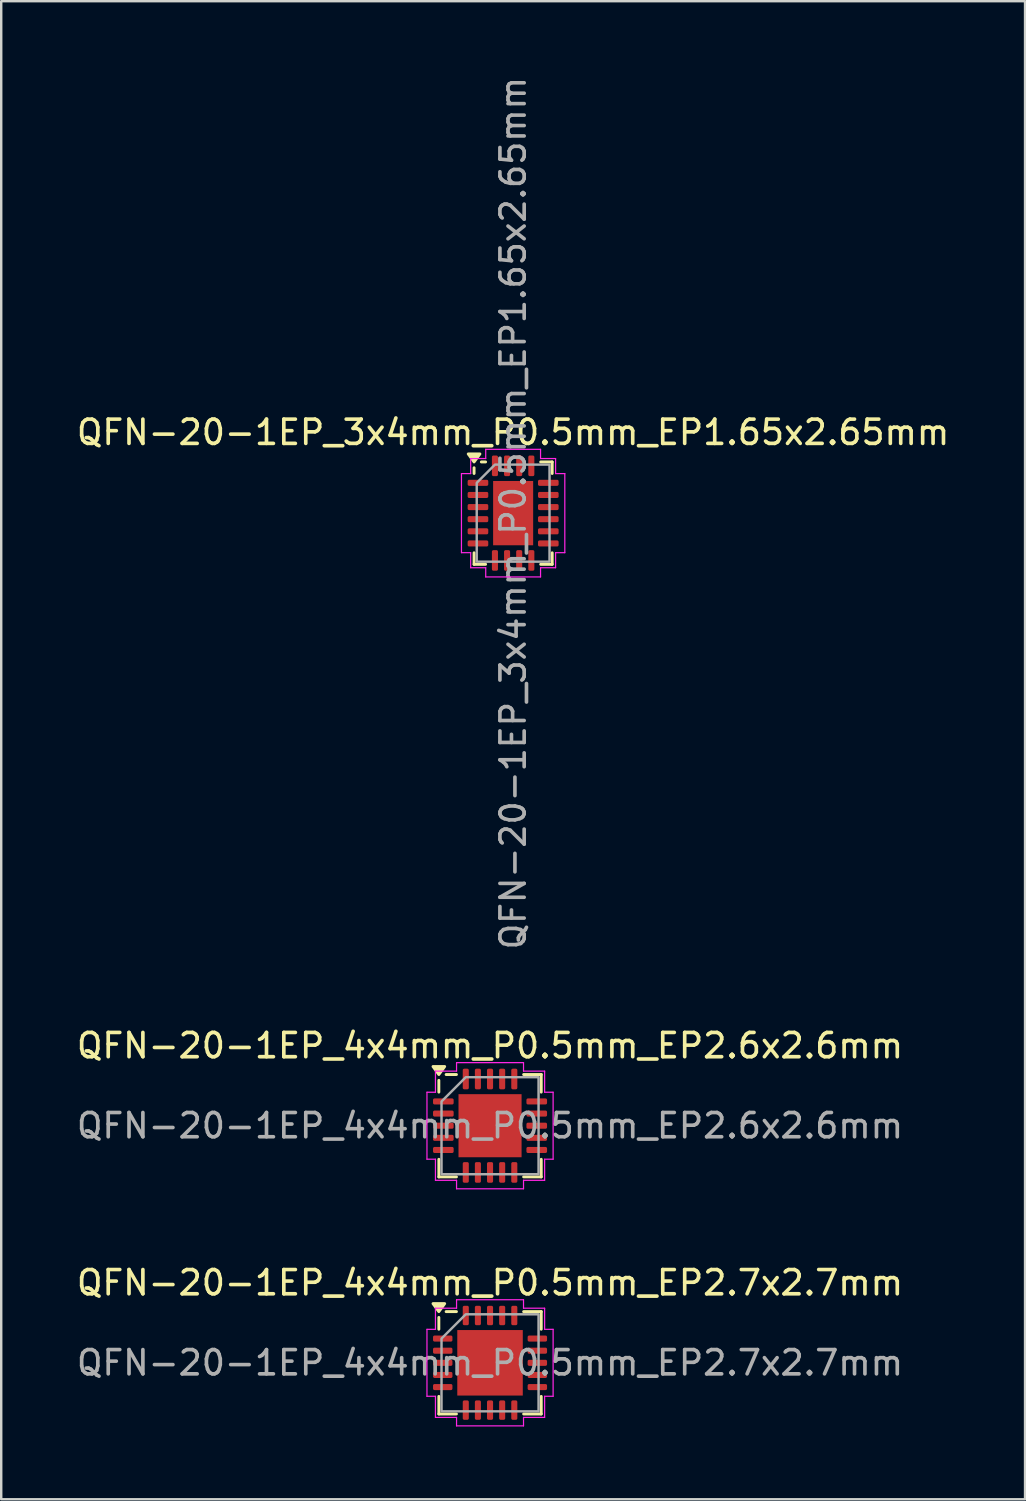
<source format=kicad_pcb>
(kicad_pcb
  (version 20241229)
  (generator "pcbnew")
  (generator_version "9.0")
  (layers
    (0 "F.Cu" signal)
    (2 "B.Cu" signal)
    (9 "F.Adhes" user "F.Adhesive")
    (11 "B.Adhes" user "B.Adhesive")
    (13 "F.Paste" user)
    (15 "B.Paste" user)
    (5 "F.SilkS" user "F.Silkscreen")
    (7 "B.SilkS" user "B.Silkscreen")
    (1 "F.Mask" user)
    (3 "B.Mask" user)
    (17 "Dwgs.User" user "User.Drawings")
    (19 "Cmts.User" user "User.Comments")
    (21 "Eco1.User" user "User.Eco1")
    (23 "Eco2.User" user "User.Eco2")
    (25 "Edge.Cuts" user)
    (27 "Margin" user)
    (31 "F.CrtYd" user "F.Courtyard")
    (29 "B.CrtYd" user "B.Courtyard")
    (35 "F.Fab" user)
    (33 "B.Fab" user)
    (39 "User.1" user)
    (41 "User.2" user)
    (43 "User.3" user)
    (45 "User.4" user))
  (footprint "QFN-20-1EP_4x4mm_P0.5mm_EP2.7x2.7mm"
    (layer "F.Cu")
    (at 17.149 53.124)
    (property "Reference" "QFN-20-1EP_4x4mm_P0.5mm_EP2.7x2.7mm" (at 0 -3.3 0) (layer "F.SilkS") (effects (font (size 1 1) (thickness 0.15))))
    (attr smd)
    (fp_line (start -2.11 -1.385) (end -2.11 -1.87) (stroke (width 0.12) (type solid)) (layer "F.SilkS"))
    (fp_line (start -2.11 2.11) (end -2.11 1.385) (stroke (width 0.12) (type solid)) (layer "F.SilkS"))
    (fp_line (start -1.385 -2.11) (end -1.81 -2.11) (stroke (width 0.12) (type solid)) (layer "F.SilkS"))
    (fp_line (start -1.385 2.11) (end -2.11 2.11) (stroke (width 0.12) (type solid)) (layer "F.SilkS"))
    (fp_line (start 1.385 -2.11) (end 2.11 -2.11) (stroke (width 0.12) (type solid)) (layer "F.SilkS"))
    (fp_line (start 1.385 2.11) (end 2.11 2.11) (stroke (width 0.12) (type solid)) (layer "F.SilkS"))
    (fp_line (start 2.11 -2.11) (end 2.11 -1.385) (stroke (width 0.12) (type solid)) (layer "F.SilkS"))
    (fp_line (start 2.11 2.11) (end 2.11 1.385) (stroke (width 0.12) (type solid)) (layer "F.SilkS"))
    (fp_poly (pts (xy -2.11 -2.11) (xy -2.35 -2.44) (xy -1.87 -2.44)) (stroke (width 0.12) (type solid)) (fill yes) (layer "F.SilkS"))
    (fp_line (start -2.6 -1.38) (end -2.25 -1.38) (stroke (width 0.05) (type solid)) (layer "F.CrtYd"))
    (fp_line (start -2.6 1.38) (end -2.6 -1.38) (stroke (width 0.05) (type solid)) (layer "F.CrtYd"))
    (fp_line (start -2.25 -2.25) (end -1.38 -2.25) (stroke (width 0.05) (type solid)) (layer "F.CrtYd"))
    (fp_line (start -2.25 -1.38) (end -2.25 -2.25) (stroke (width 0.05) (type solid)) (layer "F.CrtYd"))
    (fp_line (start -2.25 1.38) (end -2.6 1.38) (stroke (width 0.05) (type solid)) (layer "F.CrtYd"))
    (fp_line (start -2.25 2.25) (end -2.25 1.38) (stroke (width 0.05) (type solid)) (layer "F.CrtYd"))
    (fp_line (start -1.38 -2.6) (end 1.38 -2.6) (stroke (width 0.05) (type solid)) (layer "F.CrtYd"))
    (fp_line (start -1.38 -2.25) (end -1.38 -2.6) (stroke (width 0.05) (type solid)) (layer "F.CrtYd"))
    (fp_line (start -1.38 2.25) (end -2.25 2.25) (stroke (width 0.05) (type solid)) (layer "F.CrtYd"))
    (fp_line (start -1.38 2.6) (end -1.38 2.25) (stroke (width 0.05) (type solid)) (layer "F.CrtYd"))
    (fp_line (start 1.38 -2.6) (end 1.38 -2.25) (stroke (width 0.05) (type solid)) (layer "F.CrtYd"))
    (fp_line (start 1.38 -2.25) (end 2.25 -2.25) (stroke (width 0.05) (type solid)) (layer "F.CrtYd"))
    (fp_line (start 1.38 2.25) (end 1.38 2.6) (stroke (width 0.05) (type solid)) (layer "F.CrtYd"))
    (fp_line (start 1.38 2.6) (end -1.38 2.6) (stroke (width 0.05) (type solid)) (layer "F.CrtYd"))
    (fp_line (start 2.25 -2.25) (end 2.25 -1.38) (stroke (width 0.05) (type solid)) (layer "F.CrtYd"))
    (fp_line (start 2.25 -1.38) (end 2.6 -1.38) (stroke (width 0.05) (type solid)) (layer "F.CrtYd"))
    (fp_line (start 2.25 1.38) (end 2.25 2.25) (stroke (width 0.05) (type solid)) (layer "F.CrtYd"))
    (fp_line (start 2.25 2.25) (end 1.38 2.25) (stroke (width 0.05) (type solid)) (layer "F.CrtYd"))
    (fp_line (start 2.6 -1.38) (end 2.6 1.38) (stroke (width 0.05) (type solid)) (layer "F.CrtYd"))
    (fp_line (start 2.6 1.38) (end 2.25 1.38) (stroke (width 0.05) (type solid)) (layer "F.CrtYd"))
    (fp_poly (pts (xy -2 -1) (xy -2 2) (xy 2 2) (xy 2 -2) (xy -1 -2)) (stroke (width 0.1) (type solid)) (fill no) (layer "F.Fab"))
    (fp_text user "${REFERENCE}" (at 0 0 0) (layer "F.Fab") (effects (font (size 1 1) (thickness 0.15))))
    (pad "" smd roundrect (at -0.675 -0.675) (size 1.09 1.09) (layers "F.Paste") (roundrect_rratio 0.229))
    (pad "" smd roundrect (at -0.675 0.675) (size 1.09 1.09) (layers "F.Paste") (roundrect_rratio 0.229))
    (pad "" smd roundrect (at 0.675 -0.675) (size 1.09 1.09) (layers "F.Paste") (roundrect_rratio 0.229))
    (pad "" smd roundrect (at 0.675 0.675) (size 1.09 1.09) (layers "F.Paste") (roundrect_rratio 0.229))
    (pad "1" smd roundrect (at -1.95 -1) (size 0.8 0.25) (layers "F.Cu" "F.Mask" "F.Paste") (roundrect_rratio 0.25))
    (pad "2" smd roundrect (at -1.95 -0.5) (size 0.8 0.25) (layers "F.Cu" "F.Mask" "F.Paste") (roundrect_rratio 0.25))
    (pad "3" smd roundrect (at -1.95 0) (size 0.8 0.25) (layers "F.Cu" "F.Mask" "F.Paste") (roundrect_rratio 0.25))
    (pad "4" smd roundrect (at -1.95 0.5) (size 0.8 0.25) (layers "F.Cu" "F.Mask" "F.Paste") (roundrect_rratio 0.25))
    (pad "5" smd roundrect (at -1.95 1) (size 0.8 0.25) (layers "F.Cu" "F.Mask" "F.Paste") (roundrect_rratio 0.25))
    (pad "6" smd roundrect (at -1 1.95) (size 0.25 0.8) (layers "F.Cu" "F.Mask" "F.Paste") (roundrect_rratio 0.25))
    (pad "7" smd roundrect (at -0.5 1.95) (size 0.25 0.8) (layers "F.Cu" "F.Mask" "F.Paste") (roundrect_rratio 0.25))
    (pad "8" smd roundrect (at 0 1.95) (size 0.25 0.8) (layers "F.Cu" "F.Mask" "F.Paste") (roundrect_rratio 0.25))
    (pad "9" smd roundrect (at 0.5 1.95) (size 0.25 0.8) (layers "F.Cu" "F.Mask" "F.Paste") (roundrect_rratio 0.25))
    (pad "10" smd roundrect (at 1 1.95) (size 0.25 0.8) (layers "F.Cu" "F.Mask" "F.Paste") (roundrect_rratio 0.25))
    (pad "11" smd roundrect (at 1.95 1) (size 0.8 0.25) (layers "F.Cu" "F.Mask" "F.Paste") (roundrect_rratio 0.25))
    (pad "12" smd roundrect (at 1.95 0.5) (size 0.8 0.25) (layers "F.Cu" "F.Mask" "F.Paste") (roundrect_rratio 0.25))
    (pad "13" smd roundrect (at 1.95 0) (size 0.8 0.25) (layers "F.Cu" "F.Mask" "F.Paste") (roundrect_rratio 0.25))
    (pad "14" smd roundrect (at 1.95 -0.5) (size 0.8 0.25) (layers "F.Cu" "F.Mask" "F.Paste") (roundrect_rratio 0.25))
    (pad "15" smd roundrect (at 1.95 -1) (size 0.8 0.25) (layers "F.Cu" "F.Mask" "F.Paste") (roundrect_rratio 0.25))
    (pad "16" smd roundrect (at 1 -1.95) (size 0.25 0.8) (layers "F.Cu" "F.Mask" "F.Paste") (roundrect_rratio 0.25))
    (pad "17" smd roundrect (at 0.5 -1.95) (size 0.25 0.8) (layers "F.Cu" "F.Mask" "F.Paste") (roundrect_rratio 0.25))
    (pad "18" smd roundrect (at 0 -1.95) (size 0.25 0.8) (layers "F.Cu" "F.Mask" "F.Paste") (roundrect_rratio 0.25))
    (pad "19" smd roundrect (at -0.5 -1.95) (size 0.25 0.8) (layers "F.Cu" "F.Mask" "F.Paste") (roundrect_rratio 0.25))
    (pad "20" smd roundrect (at -1 -1.95) (size 0.25 0.8) (layers "F.Cu" "F.Mask" "F.Paste") (roundrect_rratio 0.25))
    (pad "21" smd rect (at 0 0) (size 2.7 2.7) (property pad_prop_heatsink) (layers "F.Cu" "F.Mask")))
  (footprint "QFN-20-1EP_3x4mm_P0.5mm_EP1.65x2.65mm"
    (layer "F.Cu")
    (at 18.101 18.101)
    (property "Reference" "QFN-20-1EP_3x4mm_P0.5mm_EP1.65x2.65mm" (at 0 -3.33 0) (layer "F.SilkS") (effects (font (size 1 1) (thickness 0.15))))
    (attr smd)
    (fp_line (start -1.61 -1.635) (end -1.61 -1.87) (stroke (width 0.12) (type solid)) (layer "F.SilkS"))
    (fp_line (start -1.61 2.11) (end -1.61 1.635) (stroke (width 0.12) (type solid)) (layer "F.SilkS"))
    (fp_line (start -1.135 -2.11) (end -1.31 -2.11) (stroke (width 0.12) (type solid)) (layer "F.SilkS"))
    (fp_line (start -1.135 2.11) (end -1.61 2.11) (stroke (width 0.12) (type solid)) (layer "F.SilkS"))
    (fp_line (start 1.135 -2.11) (end 1.61 -2.11) (stroke (width 0.12) (type solid)) (layer "F.SilkS"))
    (fp_line (start 1.135 2.11) (end 1.61 2.11) (stroke (width 0.12) (type solid)) (layer "F.SilkS"))
    (fp_line (start 1.61 -2.11) (end 1.61 -1.635) (stroke (width 0.12) (type solid)) (layer "F.SilkS"))
    (fp_line (start 1.61 2.11) (end 1.61 1.635) (stroke (width 0.12) (type solid)) (layer "F.SilkS"))
    (fp_poly (pts (xy -1.61 -2.11) (xy -1.85 -2.44) (xy -1.37 -2.44)) (stroke (width 0.12) (type solid)) (fill yes) (layer "F.SilkS"))
    (fp_line (start -2.13 -1.63) (end -1.75 -1.63) (stroke (width 0.05) (type solid)) (layer "F.CrtYd"))
    (fp_line (start -2.13 1.63) (end -2.13 -1.63) (stroke (width 0.05) (type solid)) (layer "F.CrtYd"))
    (fp_line (start -1.75 -2.25) (end -1.13 -2.25) (stroke (width 0.05) (type solid)) (layer "F.CrtYd"))
    (fp_line (start -1.75 -1.63) (end -1.75 -2.25) (stroke (width 0.05) (type solid)) (layer "F.CrtYd"))
    (fp_line (start -1.75 1.63) (end -2.13 1.63) (stroke (width 0.05) (type solid)) (layer "F.CrtYd"))
    (fp_line (start -1.75 2.25) (end -1.75 1.63) (stroke (width 0.05) (type solid)) (layer "F.CrtYd"))
    (fp_line (start -1.13 -2.63) (end 1.13 -2.63) (stroke (width 0.05) (type solid)) (layer "F.CrtYd"))
    (fp_line (start -1.13 -2.25) (end -1.13 -2.63) (stroke (width 0.05) (type solid)) (layer "F.CrtYd"))
    (fp_line (start -1.13 2.25) (end -1.75 2.25) (stroke (width 0.05) (type solid)) (layer "F.CrtYd"))
    (fp_line (start -1.13 2.63) (end -1.13 2.25) (stroke (width 0.05) (type solid)) (layer "F.CrtYd"))
    (fp_line (start 1.13 -2.63) (end 1.13 -2.25) (stroke (width 0.05) (type solid)) (layer "F.CrtYd"))
    (fp_line (start 1.13 -2.25) (end 1.75 -2.25) (stroke (width 0.05) (type solid)) (layer "F.CrtYd"))
    (fp_line (start 1.13 2.25) (end 1.13 2.63) (stroke (width 0.05) (type solid)) (layer "F.CrtYd"))
    (fp_line (start 1.13 2.63) (end -1.13 2.63) (stroke (width 0.05) (type solid)) (layer "F.CrtYd"))
    (fp_line (start 1.75 -2.25) (end 1.75 -1.63) (stroke (width 0.05) (type solid)) (layer "F.CrtYd"))
    (fp_line (start 1.75 -1.63) (end 2.13 -1.63) (stroke (width 0.05) (type solid)) (layer "F.CrtYd"))
    (fp_line (start 1.75 1.63) (end 1.75 2.25) (stroke (width 0.05) (type solid)) (layer "F.CrtYd"))
    (fp_line (start 1.75 2.25) (end 1.13 2.25) (stroke (width 0.05) (type solid)) (layer "F.CrtYd"))
    (fp_line (start 2.13 -1.63) (end 2.13 1.63) (stroke (width 0.05) (type solid)) (layer "F.CrtYd"))
    (fp_line (start 2.13 1.63) (end 1.75 1.63) (stroke (width 0.05) (type solid)) (layer "F.CrtYd"))
    (fp_poly (pts (xy -1.5 -1.25) (xy -1.5 2) (xy 1.5 2) (xy 1.5 -2) (xy -0.75 -2)) (stroke (width 0.1) (type solid)) (fill no) (layer "F.Fab"))
    (fp_text user "${REFERENCE}" (at 0 0 90) (layer "F.Fab") (effects (font (size 1 1) (thickness 0.15))))
    (pad "" smd roundrect (at -0.41 -0.66) (size 0.67 1.07) (layers "F.Paste") (roundrect_rratio 0.25))
    (pad "" smd roundrect (at -0.41 0.66) (size 0.67 1.07) (layers "F.Paste") (roundrect_rratio 0.25))
    (pad "" smd roundrect (at 0.41 -0.66) (size 0.67 1.07) (layers "F.Paste") (roundrect_rratio 0.25))
    (pad "" smd roundrect (at 0.41 0.66) (size 0.67 1.07) (layers "F.Paste") (roundrect_rratio 0.25))
    (pad "1" smd roundrect (at -1.45 -1.25) (size 0.85 0.25) (layers "F.Cu" "F.Mask" "F.Paste") (roundrect_rratio 0.25))
    (pad "2" smd roundrect (at -1.45 -0.75) (size 0.85 0.25) (layers "F.Cu" "F.Mask" "F.Paste") (roundrect_rratio 0.25))
    (pad "3" smd roundrect (at -1.45 -0.25) (size 0.85 0.25) (layers "F.Cu" "F.Mask" "F.Paste") (roundrect_rratio 0.25))
    (pad "4" smd roundrect (at -1.45 0.25) (size 0.85 0.25) (layers "F.Cu" "F.Mask" "F.Paste") (roundrect_rratio 0.25))
    (pad "5" smd roundrect (at -1.45 0.75) (size 0.85 0.25) (layers "F.Cu" "F.Mask" "F.Paste") (roundrect_rratio 0.25))
    (pad "6" smd roundrect (at -1.45 1.25) (size 0.85 0.25) (layers "F.Cu" "F.Mask" "F.Paste") (roundrect_rratio 0.25))
    (pad "7" smd roundrect (at -0.75 1.95) (size 0.25 0.85) (layers "F.Cu" "F.Mask" "F.Paste") (roundrect_rratio 0.25))
    (pad "8" smd roundrect (at -0.25 1.95) (size 0.25 0.85) (layers "F.Cu" "F.Mask" "F.Paste") (roundrect_rratio 0.25))
    (pad "9" smd roundrect (at 0.25 1.95) (size 0.25 0.85) (layers "F.Cu" "F.Mask" "F.Paste") (roundrect_rratio 0.25))
    (pad "10" smd roundrect (at 0.75 1.95) (size 0.25 0.85) (layers "F.Cu" "F.Mask" "F.Paste") (roundrect_rratio 0.25))
    (pad "11" smd roundrect (at 1.45 1.25) (size 0.85 0.25) (layers "F.Cu" "F.Mask" "F.Paste") (roundrect_rratio 0.25))
    (pad "12" smd roundrect (at 1.45 0.75) (size 0.85 0.25) (layers "F.Cu" "F.Mask" "F.Paste") (roundrect_rratio 0.25))
    (pad "13" smd roundrect (at 1.45 0.25) (size 0.85 0.25) (layers "F.Cu" "F.Mask" "F.Paste") (roundrect_rratio 0.25))
    (pad "14" smd roundrect (at 1.45 -0.25) (size 0.85 0.25) (layers "F.Cu" "F.Mask" "F.Paste") (roundrect_rratio 0.25))
    (pad "15" smd roundrect (at 1.45 -0.75) (size 0.85 0.25) (layers "F.Cu" "F.Mask" "F.Paste") (roundrect_rratio 0.25))
    (pad "16" smd roundrect (at 1.45 -1.25) (size 0.85 0.25) (layers "F.Cu" "F.Mask" "F.Paste") (roundrect_rratio 0.25))
    (pad "17" smd roundrect (at 0.75 -1.95) (size 0.25 0.85) (layers "F.Cu" "F.Mask" "F.Paste") (roundrect_rratio 0.25))
    (pad "18" smd roundrect (at 0.25 -1.95) (size 0.25 0.85) (layers "F.Cu" "F.Mask" "F.Paste") (roundrect_rratio 0.25))
    (pad "19" smd roundrect (at -0.25 -1.95) (size 0.25 0.85) (layers "F.Cu" "F.Mask" "F.Paste") (roundrect_rratio 0.25))
    (pad "20" smd roundrect (at -0.75 -1.95) (size 0.25 0.85) (layers "F.Cu" "F.Mask" "F.Paste") (roundrect_rratio 0.25))
    (pad "21" smd rect (at 0 0) (size 1.65 2.65) (property pad_prop_heatsink) (layers "F.Cu" "F.Mask")))
  (footprint "QFN-20-1EP_4x4mm_P0.5mm_EP2.6x2.6mm"
    (layer "F.Cu")
    (at 17.149 43.351)
    (property "Reference" "QFN-20-1EP_4x4mm_P0.5mm_EP2.6x2.6mm" (at 0 -3.3 0) (layer "F.SilkS") (effects (font (size 1 1) (thickness 0.15))))
    (attr smd)
    (fp_line (start -2.11 -1.385) (end -2.11 -1.87) (stroke (width 0.12) (type solid)) (layer "F.SilkS"))
    (fp_line (start -2.11 2.11) (end -2.11 1.385) (stroke (width 0.12) (type solid)) (layer "F.SilkS"))
    (fp_line (start -1.385 -2.11) (end -1.81 -2.11) (stroke (width 0.12) (type solid)) (layer "F.SilkS"))
    (fp_line (start -1.385 2.11) (end -2.11 2.11) (stroke (width 0.12) (type solid)) (layer "F.SilkS"))
    (fp_line (start 1.385 -2.11) (end 2.11 -2.11) (stroke (width 0.12) (type solid)) (layer "F.SilkS"))
    (fp_line (start 1.385 2.11) (end 2.11 2.11) (stroke (width 0.12) (type solid)) (layer "F.SilkS"))
    (fp_line (start 2.11 -2.11) (end 2.11 -1.385) (stroke (width 0.12) (type solid)) (layer "F.SilkS"))
    (fp_line (start 2.11 2.11) (end 2.11 1.385) (stroke (width 0.12) (type solid)) (layer "F.SilkS"))
    (fp_poly (pts (xy -2.11 -2.11) (xy -2.35 -2.44) (xy -1.87 -2.44)) (stroke (width 0.12) (type solid)) (fill yes) (layer "F.SilkS"))
    (fp_line (start -2.6 -1.38) (end -2.25 -1.38) (stroke (width 0.05) (type solid)) (layer "F.CrtYd"))
    (fp_line (start -2.6 1.38) (end -2.6 -1.38) (stroke (width 0.05) (type solid)) (layer "F.CrtYd"))
    (fp_line (start -2.25 -2.25) (end -1.38 -2.25) (stroke (width 0.05) (type solid)) (layer "F.CrtYd"))
    (fp_line (start -2.25 -1.38) (end -2.25 -2.25) (stroke (width 0.05) (type solid)) (layer "F.CrtYd"))
    (fp_line (start -2.25 1.38) (end -2.6 1.38) (stroke (width 0.05) (type solid)) (layer "F.CrtYd"))
    (fp_line (start -2.25 2.25) (end -2.25 1.38) (stroke (width 0.05) (type solid)) (layer "F.CrtYd"))
    (fp_line (start -1.38 -2.6) (end 1.38 -2.6) (stroke (width 0.05) (type solid)) (layer "F.CrtYd"))
    (fp_line (start -1.38 -2.25) (end -1.38 -2.6) (stroke (width 0.05) (type solid)) (layer "F.CrtYd"))
    (fp_line (start -1.38 2.25) (end -2.25 2.25) (stroke (width 0.05) (type solid)) (layer "F.CrtYd"))
    (fp_line (start -1.38 2.6) (end -1.38 2.25) (stroke (width 0.05) (type solid)) (layer "F.CrtYd"))
    (fp_line (start 1.38 -2.6) (end 1.38 -2.25) (stroke (width 0.05) (type solid)) (layer "F.CrtYd"))
    (fp_line (start 1.38 -2.25) (end 2.25 -2.25) (stroke (width 0.05) (type solid)) (layer "F.CrtYd"))
    (fp_line (start 1.38 2.25) (end 1.38 2.6) (stroke (width 0.05) (type solid)) (layer "F.CrtYd"))
    (fp_line (start 1.38 2.6) (end -1.38 2.6) (stroke (width 0.05) (type solid)) (layer "F.CrtYd"))
    (fp_line (start 2.25 -2.25) (end 2.25 -1.38) (stroke (width 0.05) (type solid)) (layer "F.CrtYd"))
    (fp_line (start 2.25 -1.38) (end 2.6 -1.38) (stroke (width 0.05) (type solid)) (layer "F.CrtYd"))
    (fp_line (start 2.25 1.38) (end 2.25 2.25) (stroke (width 0.05) (type solid)) (layer "F.CrtYd"))
    (fp_line (start 2.25 2.25) (end 1.38 2.25) (stroke (width 0.05) (type solid)) (layer "F.CrtYd"))
    (fp_line (start 2.6 -1.38) (end 2.6 1.38) (stroke (width 0.05) (type solid)) (layer "F.CrtYd"))
    (fp_line (start 2.6 1.38) (end 2.25 1.38) (stroke (width 0.05) (type solid)) (layer "F.CrtYd"))
    (fp_poly (pts (xy -2 -1) (xy -2 2) (xy 2 2) (xy 2 -2) (xy -1 -2)) (stroke (width 0.1) (type solid)) (fill no) (layer "F.Fab"))
    (fp_text user "${REFERENCE}" (at 0 0 0) (layer "F.Fab") (effects (font (size 1 1) (thickness 0.15))))
    (pad "" smd roundrect (at -0.65 -0.65) (size 1.05 1.05) (layers "F.Paste") (roundrect_rratio 0.238))
    (pad "" smd roundrect (at -0.65 0.65) (size 1.05 1.05) (layers "F.Paste") (roundrect_rratio 0.238))
    (pad "" smd roundrect (at 0.65 -0.65) (size 1.05 1.05) (layers "F.Paste") (roundrect_rratio 0.238))
    (pad "" smd roundrect (at 0.65 0.65) (size 1.05 1.05) (layers "F.Paste") (roundrect_rratio 0.238))
    (pad "1" smd roundrect (at -1.925 -1) (size 0.85 0.25) (layers "F.Cu" "F.Mask" "F.Paste") (roundrect_rratio 0.25))
    (pad "2" smd roundrect (at -1.925 -0.5) (size 0.85 0.25) (layers "F.Cu" "F.Mask" "F.Paste") (roundrect_rratio 0.25))
    (pad "3" smd roundrect (at -1.925 0) (size 0.85 0.25) (layers "F.Cu" "F.Mask" "F.Paste") (roundrect_rratio 0.25))
    (pad "4" smd roundrect (at -1.925 0.5) (size 0.85 0.25) (layers "F.Cu" "F.Mask" "F.Paste") (roundrect_rratio 0.25))
    (pad "5" smd roundrect (at -1.925 1) (size 0.85 0.25) (layers "F.Cu" "F.Mask" "F.Paste") (roundrect_rratio 0.25))
    (pad "6" smd roundrect (at -1 1.925) (size 0.25 0.85) (layers "F.Cu" "F.Mask" "F.Paste") (roundrect_rratio 0.25))
    (pad "7" smd roundrect (at -0.5 1.925) (size 0.25 0.85) (layers "F.Cu" "F.Mask" "F.Paste") (roundrect_rratio 0.25))
    (pad "8" smd roundrect (at 0 1.925) (size 0.25 0.85) (layers "F.Cu" "F.Mask" "F.Paste") (roundrect_rratio 0.25))
    (pad "9" smd roundrect (at 0.5 1.925) (size 0.25 0.85) (layers "F.Cu" "F.Mask" "F.Paste") (roundrect_rratio 0.25))
    (pad "10" smd roundrect (at 1 1.925) (size 0.25 0.85) (layers "F.Cu" "F.Mask" "F.Paste") (roundrect_rratio 0.25))
    (pad "11" smd roundrect (at 1.925 1) (size 0.85 0.25) (layers "F.Cu" "F.Mask" "F.Paste") (roundrect_rratio 0.25))
    (pad "12" smd roundrect (at 1.925 0.5) (size 0.85 0.25) (layers "F.Cu" "F.Mask" "F.Paste") (roundrect_rratio 0.25))
    (pad "13" smd roundrect (at 1.925 0) (size 0.85 0.25) (layers "F.Cu" "F.Mask" "F.Paste") (roundrect_rratio 0.25))
    (pad "14" smd roundrect (at 1.925 -0.5) (size 0.85 0.25) (layers "F.Cu" "F.Mask" "F.Paste") (roundrect_rratio 0.25))
    (pad "15" smd roundrect (at 1.925 -1) (size 0.85 0.25) (layers "F.Cu" "F.Mask" "F.Paste") (roundrect_rratio 0.25))
    (pad "16" smd roundrect (at 1 -1.925) (size 0.25 0.85) (layers "F.Cu" "F.Mask" "F.Paste") (roundrect_rratio 0.25))
    (pad "17" smd roundrect (at 0.5 -1.925) (size 0.25 0.85) (layers "F.Cu" "F.Mask" "F.Paste") (roundrect_rratio 0.25))
    (pad "18" smd roundrect (at 0 -1.925) (size 0.25 0.85) (layers "F.Cu" "F.Mask" "F.Paste") (roundrect_rratio 0.25))
    (pad "19" smd roundrect (at -0.5 -1.925) (size 0.25 0.85) (layers "F.Cu" "F.Mask" "F.Paste") (roundrect_rratio 0.25))
    (pad "20" smd roundrect (at -1 -1.925) (size 0.25 0.85) (layers "F.Cu" "F.Mask" "F.Paste") (roundrect_rratio 0.25))
    (pad "21" smd rect (at 0 0) (size 2.6 2.6) (property pad_prop_heatsink) (layers "F.Cu" "F.Mask")))
  (gr_rect
    (start -3 -3)
    (end 39.202 58.749)
    (stroke (width 0.1) (type default))
    (fill no)
    (layer "Edge.Cuts")))
</source>
